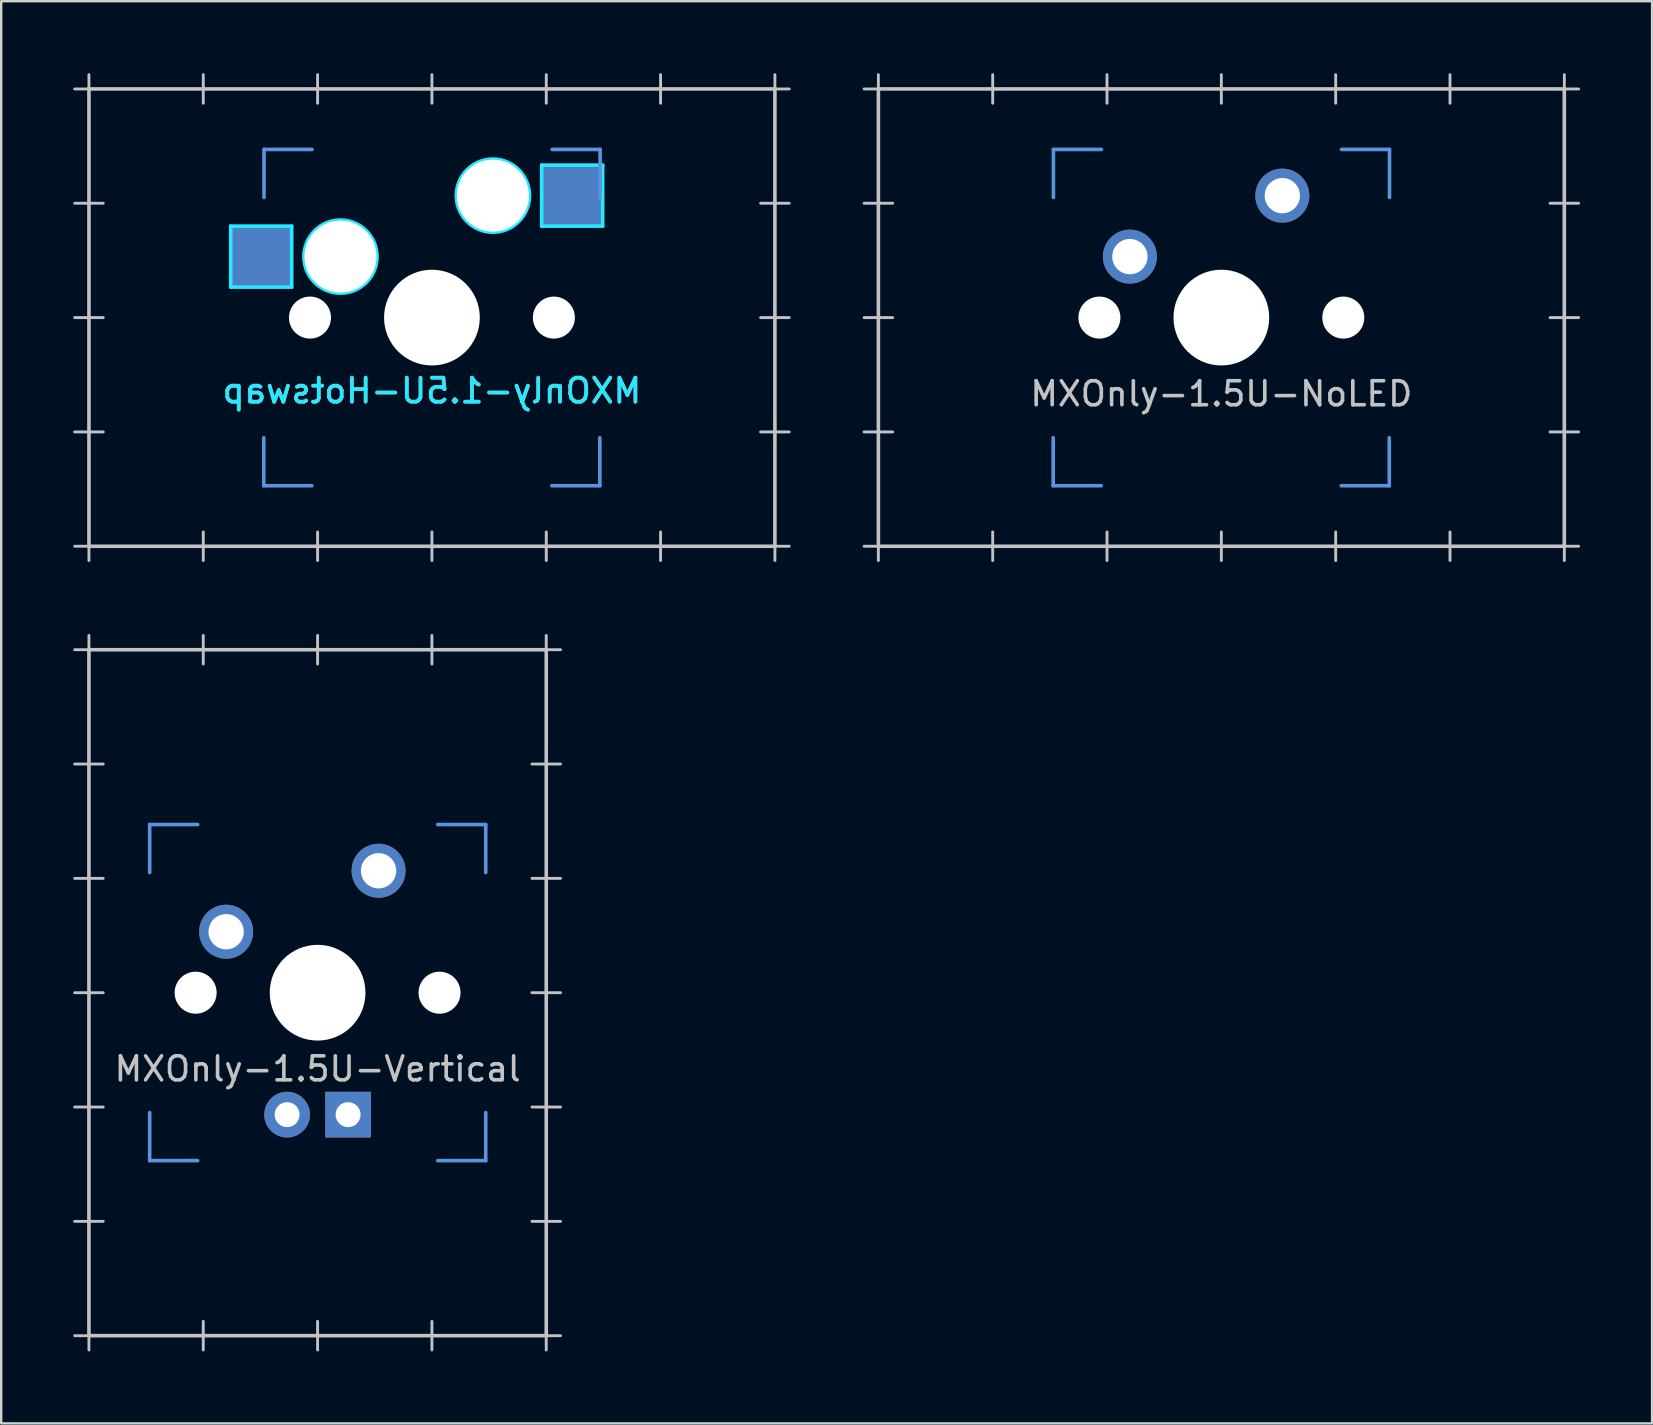
<source format=kicad_pcb>
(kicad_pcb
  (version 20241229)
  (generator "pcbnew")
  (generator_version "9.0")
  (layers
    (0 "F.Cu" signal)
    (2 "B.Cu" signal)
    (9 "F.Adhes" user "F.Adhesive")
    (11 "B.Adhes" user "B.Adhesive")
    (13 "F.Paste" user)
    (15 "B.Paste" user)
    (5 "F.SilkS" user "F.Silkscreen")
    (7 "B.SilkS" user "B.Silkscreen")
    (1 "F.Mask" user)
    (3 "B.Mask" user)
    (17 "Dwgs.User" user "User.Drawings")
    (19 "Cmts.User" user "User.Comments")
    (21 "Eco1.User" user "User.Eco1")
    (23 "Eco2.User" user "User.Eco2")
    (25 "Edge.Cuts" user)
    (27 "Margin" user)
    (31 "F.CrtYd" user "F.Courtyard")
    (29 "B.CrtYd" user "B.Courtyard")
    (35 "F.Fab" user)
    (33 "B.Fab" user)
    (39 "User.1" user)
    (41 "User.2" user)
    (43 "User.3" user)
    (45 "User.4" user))
  (footprint "MXOnly-1.5U-Hotswap"
    (layer "F.Cu")
    (at 14.943 10.18)
    (property "Reference" "MXOnly-1.5U-Hotswap" (at 0 3.048 0) (layer "B.CrtYd") (effects (font (size 1 1) (thickness 0.15)) (justify mirror)))
    (attr smd)
    (fp_line (start -14.883 -9.525) (end -14.288 -9.525) (stroke (width 0.12) (type solid)) (layer "Dwgs.User"))
    (fp_line (start -14.883 0) (end -13.692 0) (stroke (width 0.12) (type solid)) (layer "Dwgs.User"))
    (fp_line (start -14.883 4.763) (end -13.692 4.763) (stroke (width 0.12) (type solid)) (layer "Dwgs.User"))
    (fp_line (start -14.883 9.525) (end -14.287 9.525) (stroke (width 0.12) (type solid)) (layer "Dwgs.User"))
    (fp_line (start -14.288 -10.12) (end -14.288 -9.525) (stroke (width 0.12) (type solid)) (layer "Dwgs.User"))
    (fp_line (start -14.288 10.12) (end -14.288 9.525) (stroke (width 0.12) (type solid)) (layer "Dwgs.User"))
    (fp_line (start -14.287 -9.525) (end 14.287 -9.525) (stroke (width 0.15) (type solid)) (layer "Dwgs.User"))
    (fp_line (start -14.287 9.525) (end -14.287 -9.525) (stroke (width 0.15) (type solid)) (layer "Dwgs.User"))
    (fp_line (start -13.692 -4.763) (end -14.883 -4.763) (stroke (width 0.12) (type solid)) (layer "Dwgs.User"))
    (fp_line (start -9.525 -10.12) (end -9.525 -8.93) (stroke (width 0.12) (type solid)) (layer "Dwgs.User"))
    (fp_line (start -9.525 8.93) (end -9.525 10.12) (stroke (width 0.12) (type solid)) (layer "Dwgs.User"))
    (fp_line (start -4.763 -10.12) (end -4.763 -8.93) (stroke (width 0.12) (type solid)) (layer "Dwgs.User"))
    (fp_line (start -4.763 10.12) (end -4.763 8.93) (stroke (width 0.12) (type solid)) (layer "Dwgs.User"))
    (fp_line (start 0 -10.12) (end 0 -8.93) (stroke (width 0.12) (type solid)) (layer "Dwgs.User"))
    (fp_line (start 0 10.12) (end 0 8.93) (stroke (width 0.12) (type solid)) (layer "Dwgs.User"))
    (fp_line (start 4.763 -10.12) (end 4.763 -8.93) (stroke (width 0.12) (type solid)) (layer "Dwgs.User"))
    (fp_line (start 4.763 10.12) (end 4.763 8.93) (stroke (width 0.12) (type solid)) (layer "Dwgs.User"))
    (fp_line (start 9.525 -8.93) (end 9.525 -10.12) (stroke (width 0.12) (type solid)) (layer "Dwgs.User"))
    (fp_line (start 9.525 10.12) (end 9.525 8.93) (stroke (width 0.12) (type solid)) (layer "Dwgs.User"))
    (fp_line (start 13.692 4.763) (end 14.883 4.763) (stroke (width 0.12) (type solid)) (layer "Dwgs.User"))
    (fp_line (start 14.287 -9.525) (end 14.287 9.525) (stroke (width 0.15) (type solid)) (layer "Dwgs.User"))
    (fp_line (start 14.287 9.525) (end -14.287 9.525) (stroke (width 0.15) (type solid)) (layer "Dwgs.User"))
    (fp_line (start 14.288 -10.12) (end 14.288 -9.525) (stroke (width 0.12) (type solid)) (layer "Dwgs.User"))
    (fp_line (start 14.288 10.12) (end 14.288 9.525) (stroke (width 0.12) (type solid)) (layer "Dwgs.User"))
    (fp_line (start 14.883 -9.525) (end 14.287 -9.525) (stroke (width 0.12) (type solid)) (layer "Dwgs.User"))
    (fp_line (start 14.883 -4.763) (end 13.692 -4.763) (stroke (width 0.12) (type solid)) (layer "Dwgs.User"))
    (fp_line (start 14.883 0) (end 13.692 0) (stroke (width 0.12) (type solid)) (layer "Dwgs.User"))
    (fp_line (start 14.883 9.525) (end 14.288 9.525) (stroke (width 0.12) (type solid)) (layer "Dwgs.User"))
    (fp_line (start -7.005 7.005) (end -7.005 5.005) (stroke (width 0.15) (type solid)) (layer "Cmts.User"))
    (fp_line (start -6.995 -7.005) (end -6.995 -5.005) (stroke (width 0.15) (type solid)) (layer "Cmts.User"))
    (fp_line (start -5.005 7.005) (end -7.005 7.005) (stroke (width 0.15) (type solid)) (layer "Cmts.User"))
    (fp_line (start -4.995 -7.005) (end -6.995 -7.005) (stroke (width 0.15) (type solid)) (layer "Cmts.User"))
    (fp_line (start 4.995 7.005) (end 6.995 7.005) (stroke (width 0.15) (type solid)) (layer "Cmts.User"))
    (fp_line (start 5.005 -7.005) (end 7.005 -7.005) (stroke (width 0.15) (type solid)) (layer "Cmts.User"))
    (fp_line (start 6.995 7.005) (end 6.995 5.005) (stroke (width 0.15) (type solid)) (layer "Cmts.User"))
    (fp_line (start 7.005 -7.005) (end 7.005 -5.005) (stroke (width 0.15) (type solid)) (layer "Cmts.User"))
    (fp_line (start -8.382 -3.81) (end -5.842 -3.81) (stroke (width 0.15) (type solid)) (layer "B.CrtYd"))
    (fp_line (start -8.382 -1.27) (end -8.382 -3.81) (stroke (width 0.15) (type solid)) (layer "B.CrtYd"))
    (fp_line (start -5.842 -3.81) (end -5.842 -1.27) (stroke (width 0.15) (type solid)) (layer "B.CrtYd"))
    (fp_line (start -5.842 -1.27) (end -8.382 -1.27) (stroke (width 0.15) (type solid)) (layer "B.CrtYd"))
    (fp_line (start 4.572 -6.35) (end 7.112 -6.35) (stroke (width 0.15) (type solid)) (layer "B.CrtYd"))
    (fp_line (start 4.572 -3.81) (end 4.572 -6.35) (stroke (width 0.15) (type solid)) (layer "B.CrtYd"))
    (fp_line (start 7.112 -6.35) (end 7.112 -3.81) (stroke (width 0.15) (type solid)) (layer "B.CrtYd"))
    (fp_line (start 7.112 -3.81) (end 4.572 -3.81) (stroke (width 0.15) (type solid)) (layer "B.CrtYd"))
    (fp_circle (center -3.81 -2.54) (end -3.81 -4.064) (stroke (width 0.15) (type solid)) (fill no) (layer "B.CrtYd"))
    (fp_circle (center 2.54 -5.08) (end 2.54 -6.604) (stroke (width 0.15) (type solid)) (fill no) (layer "B.CrtYd"))
    (fp_text user "${REFERENCE}" (at 0 3.048 0) (layer "B.SilkS") (effects (font (size 1 1) (thickness 0.15)) (justify mirror)))
    (pad "" np_thru_hole circle (at -5.08 0 48.1) (size 1.75 1.75) (drill 1.75) (layers "*.Cu" "*.Mask"))
    (pad "" np_thru_hole circle (at -3.81 -2.54) (size 3 3) (drill 3) (layers "*.Cu" "*.Mask"))
    (pad "" np_thru_hole circle (at 0 0) (size 3.988 3.988) (drill 3.988) (layers "*.Cu" "*.Mask"))
    (pad "" np_thru_hole circle (at 2.54 -5.08) (size 3 3) (drill 3) (layers "*.Cu" "*.Mask"))
    (pad "" np_thru_hole circle (at 5.08 0 48.1) (size 1.75 1.75) (drill 1.75) (layers "*.Cu" "*.Mask"))
    (pad "1" smd rect (at -7.085 -2.54) (size 2.55 2.5) (layers "B.Cu" "B.Mask" "B.Paste"))
    (pad "2" smd rect (at 5.842 -5.08) (size 2.55 2.5) (layers "B.Cu" "B.Mask" "B.Paste")))
  (footprint "MXOnly-1.5U-NoLED"
    (layer "F.Cu")
    (at 47.828 10.18)
    (property "Reference" "MXOnly-1.5U-NoLED" (at 0 3.175 0) (layer "Dwgs.User") (effects (font (size 1 1) (thickness 0.15))))
    (attr through_hole)
    (fp_line (start -14.883 -9.525) (end -14.288 -9.525) (stroke (width 0.12) (type solid)) (layer "Dwgs.User"))
    (fp_line (start -14.883 0) (end -13.692 0) (stroke (width 0.12) (type solid)) (layer "Dwgs.User"))
    (fp_line (start -14.883 4.763) (end -13.692 4.763) (stroke (width 0.12) (type solid)) (layer "Dwgs.User"))
    (fp_line (start -14.883 9.525) (end -14.287 9.525) (stroke (width 0.12) (type solid)) (layer "Dwgs.User"))
    (fp_line (start -14.288 -10.12) (end -14.288 -9.525) (stroke (width 0.12) (type solid)) (layer "Dwgs.User"))
    (fp_line (start -14.288 10.12) (end -14.288 9.525) (stroke (width 0.12) (type solid)) (layer "Dwgs.User"))
    (fp_line (start -14.287 -9.525) (end 14.287 -9.525) (stroke (width 0.15) (type solid)) (layer "Dwgs.User"))
    (fp_line (start -14.287 9.525) (end -14.287 -9.525) (stroke (width 0.15) (type solid)) (layer "Dwgs.User"))
    (fp_line (start -14.287 9.525) (end 14.287 9.525) (stroke (width 0.15) (type solid)) (layer "Dwgs.User"))
    (fp_line (start -13.692 -4.763) (end -14.883 -4.763) (stroke (width 0.12) (type solid)) (layer "Dwgs.User"))
    (fp_line (start -9.525 -10.12) (end -9.525 -8.93) (stroke (width 0.12) (type solid)) (layer "Dwgs.User"))
    (fp_line (start -9.525 8.93) (end -9.525 10.12) (stroke (width 0.12) (type solid)) (layer "Dwgs.User"))
    (fp_line (start -4.763 -10.12) (end -4.763 -8.93) (stroke (width 0.12) (type solid)) (layer "Dwgs.User"))
    (fp_line (start -4.763 10.12) (end -4.763 8.93) (stroke (width 0.12) (type solid)) (layer "Dwgs.User"))
    (fp_line (start 0 -10.12) (end 0 -8.93) (stroke (width 0.12) (type solid)) (layer "Dwgs.User"))
    (fp_line (start 0 10.12) (end 0 8.93) (stroke (width 0.12) (type solid)) (layer "Dwgs.User"))
    (fp_line (start 4.763 -10.12) (end 4.763 -8.93) (stroke (width 0.12) (type solid)) (layer "Dwgs.User"))
    (fp_line (start 4.763 10.12) (end 4.763 8.93) (stroke (width 0.12) (type solid)) (layer "Dwgs.User"))
    (fp_line (start 9.525 -8.93) (end 9.525 -10.12) (stroke (width 0.12) (type solid)) (layer "Dwgs.User"))
    (fp_line (start 9.525 10.12) (end 9.525 8.93) (stroke (width 0.12) (type solid)) (layer "Dwgs.User"))
    (fp_line (start 13.692 4.763) (end 14.883 4.763) (stroke (width 0.12) (type solid)) (layer "Dwgs.User"))
    (fp_line (start 14.287 -9.525) (end 14.287 9.525) (stroke (width 0.15) (type solid)) (layer "Dwgs.User"))
    (fp_line (start 14.288 -10.12) (end 14.288 -9.525) (stroke (width 0.12) (type solid)) (layer "Dwgs.User"))
    (fp_line (start 14.288 10.12) (end 14.288 9.525) (stroke (width 0.12) (type solid)) (layer "Dwgs.User"))
    (fp_line (start 14.883 -9.525) (end 14.287 -9.525) (stroke (width 0.12) (type solid)) (layer "Dwgs.User"))
    (fp_line (start 14.883 -4.763) (end 13.692 -4.763) (stroke (width 0.12) (type solid)) (layer "Dwgs.User"))
    (fp_line (start 14.883 0) (end 13.692 0) (stroke (width 0.12) (type solid)) (layer "Dwgs.User"))
    (fp_line (start 14.883 9.525) (end 14.288 9.525) (stroke (width 0.12) (type solid)) (layer "Dwgs.User"))
    (fp_line (start -7.005 7.005) (end -7.005 5.005) (stroke (width 0.15) (type solid)) (layer "Cmts.User"))
    (fp_line (start -6.995 -7.005) (end -6.995 -5.005) (stroke (width 0.15) (type solid)) (layer "Cmts.User"))
    (fp_line (start -5.005 7.005) (end -7.005 7.005) (stroke (width 0.15) (type solid)) (layer "Cmts.User"))
    (fp_line (start -4.995 -7.005) (end -6.995 -7.005) (stroke (width 0.15) (type solid)) (layer "Cmts.User"))
    (fp_line (start 4.995 7.005) (end 6.995 7.005) (stroke (width 0.15) (type solid)) (layer "Cmts.User"))
    (fp_line (start 5.005 -7.005) (end 7.005 -7.005) (stroke (width 0.15) (type solid)) (layer "Cmts.User"))
    (fp_line (start 6.995 7.005) (end 6.995 5.005) (stroke (width 0.15) (type solid)) (layer "Cmts.User"))
    (fp_line (start 7.005 -7.005) (end 7.005 -5.005) (stroke (width 0.15) (type solid)) (layer "Cmts.User"))
    (pad "" np_thru_hole circle (at -5.08 0 48.1) (size 1.75 1.75) (drill 1.75) (layers "*.Cu" "*.Mask"))
    (pad "" np_thru_hole circle (at 0 0) (size 3.988 3.988) (drill 3.988) (layers "*.Cu" "*.Mask"))
    (pad "" np_thru_hole circle (at 5.08 0 48.1) (size 1.75 1.75) (drill 1.75) (layers "*.Cu" "*.Mask"))
    (pad "1" thru_hole circle (at -3.81 -2.54) (size 2.25 2.25) (drill 1.47) (layers "*.Cu" "B.Mask"))
    (pad "2" thru_hole circle (at 2.54 -5.08) (size 2.25 2.25) (drill 1.47) (layers "*.Cu" "B.Mask")))
  (footprint "MXOnly-1.5U-Vertical"
    (layer "F.Cu")
    (at 10.18 38.303)
    (property "Reference" "MXOnly-1.5U-Vertical" (at 0 3.175 0) (layer "Dwgs.User") (effects (font (size 1 1) (thickness 0.15))))
    (attr through_hole)
    (fp_line (start -10.12 -14.288) (end -9.525 -14.288) (stroke (width 0.12) (type solid)) (layer "Dwgs.User"))
    (fp_line (start -10.12 -4.763) (end -8.93 -4.763) (stroke (width 0.12) (type solid)) (layer "Dwgs.User"))
    (fp_line (start -10.12 0) (end -8.93 0) (stroke (width 0.12) (type solid)) (layer "Dwgs.User"))
    (fp_line (start -10.12 4.763) (end -8.93 4.763) (stroke (width 0.12) (type solid)) (layer "Dwgs.User"))
    (fp_line (start -10.12 9.525) (end -8.93 9.525) (stroke (width 0.12) (type solid)) (layer "Dwgs.User"))
    (fp_line (start -10.12 14.288) (end -9.525 14.288) (stroke (width 0.12) (type solid)) (layer "Dwgs.User"))
    (fp_line (start -9.525 -14.883) (end -9.525 -14.287) (stroke (width 0.12) (type solid)) (layer "Dwgs.User"))
    (fp_line (start -9.525 14.883) (end -9.525 14.288) (stroke (width 0.12) (type solid)) (layer "Dwgs.User"))
    (fp_line (start -9.525 -14.287) (end -9.525 14.287) (stroke (width 0.15) (type solid)) (layer "Dwgs.User"))
    (fp_line (start -8.93 -9.525) (end -10.12 -9.525) (stroke (width 0.12) (type solid)) (layer "Dwgs.User"))
    (fp_line (start -4.763 -14.883) (end -4.763 -13.692) (stroke (width 0.12) (type solid)) (layer "Dwgs.User"))
    (fp_line (start -4.763 13.692) (end -4.763 14.883) (stroke (width 0.12) (type solid)) (layer "Dwgs.User"))
    (fp_line (start 0 -14.883) (end 0 -13.692) (stroke (width 0.12) (type solid)) (layer "Dwgs.User"))
    (fp_line (start 0 14.883) (end 0 13.692) (stroke (width 0.12) (type solid)) (layer "Dwgs.User"))
    (fp_line (start 4.763 -13.692) (end 4.763 -14.883) (stroke (width 0.12) (type solid)) (layer "Dwgs.User"))
    (fp_line (start 4.763 14.883) (end 4.763 13.692) (stroke (width 0.12) (type solid)) (layer "Dwgs.User"))
    (fp_line (start 8.93 9.525) (end 10.12 9.525) (stroke (width 0.12) (type solid)) (layer "Dwgs.User"))
    (fp_line (start 9.525 -14.287) (end -9.525 -14.287) (stroke (width 0.15) (type solid)) (layer "Dwgs.User"))
    (fp_line (start 9.525 -14.287) (end 9.525 14.287) (stroke (width 0.15) (type solid)) (layer "Dwgs.User"))
    (fp_line (start 9.525 14.287) (end -9.525 14.287) (stroke (width 0.15) (type solid)) (layer "Dwgs.User"))
    (fp_line (start 9.525 -14.883) (end 9.525 -14.288) (stroke (width 0.12) (type solid)) (layer "Dwgs.User"))
    (fp_line (start 9.525 14.883) (end 9.525 14.287) (stroke (width 0.12) (type solid)) (layer "Dwgs.User"))
    (fp_line (start 10.12 -14.288) (end 9.525 -14.288) (stroke (width 0.12) (type solid)) (layer "Dwgs.User"))
    (fp_line (start 10.12 -9.525) (end 8.93 -9.525) (stroke (width 0.12) (type solid)) (layer "Dwgs.User"))
    (fp_line (start 10.12 -4.763) (end 8.93 -4.763) (stroke (width 0.12) (type solid)) (layer "Dwgs.User"))
    (fp_line (start 10.12 0) (end 8.93 0) (stroke (width 0.12) (type solid)) (layer "Dwgs.User"))
    (fp_line (start 10.12 4.763) (end 8.93 4.763) (stroke (width 0.12) (type solid)) (layer "Dwgs.User"))
    (fp_line (start 10.12 14.288) (end 9.525 14.288) (stroke (width 0.12) (type solid)) (layer "Dwgs.User"))
    (fp_line (start -6.995 -7.005) (end -6.995 -5.005) (stroke (width 0.15) (type solid)) (layer "Cmts.User"))
    (fp_line (start -6.995 6.995) (end -6.995 4.995) (stroke (width 0.15) (type solid)) (layer "Cmts.User"))
    (fp_line (start -4.995 -7.005) (end -6.995 -7.005) (stroke (width 0.15) (type solid)) (layer "Cmts.User"))
    (fp_line (start -4.995 6.995) (end -6.995 6.995) (stroke (width 0.15) (type solid)) (layer "Cmts.User"))
    (fp_line (start 5.005 -7.005) (end 7.005 -7.005) (stroke (width 0.15) (type solid)) (layer "Cmts.User"))
    (fp_line (start 5.005 6.995) (end 7.005 6.995) (stroke (width 0.15) (type solid)) (layer "Cmts.User"))
    (fp_line (start 7.005 -7.005) (end 7.005 -5.005) (stroke (width 0.15) (type solid)) (layer "Cmts.User"))
    (fp_line (start 7.005 6.995) (end 7.005 4.995) (stroke (width 0.15) (type solid)) (layer "Cmts.User"))
    (pad "" np_thru_hole circle (at -5.08 0 48.1) (size 1.75 1.75) (drill 1.75) (layers "*.Cu" "*.Mask"))
    (pad "" np_thru_hole circle (at 0 0) (size 3.988 3.988) (drill 3.988) (layers "*.Cu" "*.Mask"))
    (pad "" np_thru_hole circle (at 5.08 0 48.1) (size 1.75 1.75) (drill 1.75) (layers "*.Cu" "*.Mask"))
    (pad "1" thru_hole circle (at -3.81 -2.54) (size 2.25 2.25) (drill 1.47) (layers "*.Cu" "B.Mask"))
    (pad "2" thru_hole circle (at 2.54 -5.08) (size 2.25 2.25) (drill 1.47) (layers "*.Cu" "B.Mask"))
    (pad "3" thru_hole circle (at -1.27 5.08) (size 1.905 1.905) (drill 1.04) (layers "*.Cu" "B.Mask"))
    (pad "4" thru_hole rect (at 1.27 5.08) (size 1.905 1.905) (drill 1.04) (layers "*.Cu" "B.Mask")))
  (gr_rect
    (start -3 -3)
    (end 65.771 56.246)
    (stroke (width 0.1) (type default))
    (fill no)
    (layer "Edge.Cuts")))
</source>
